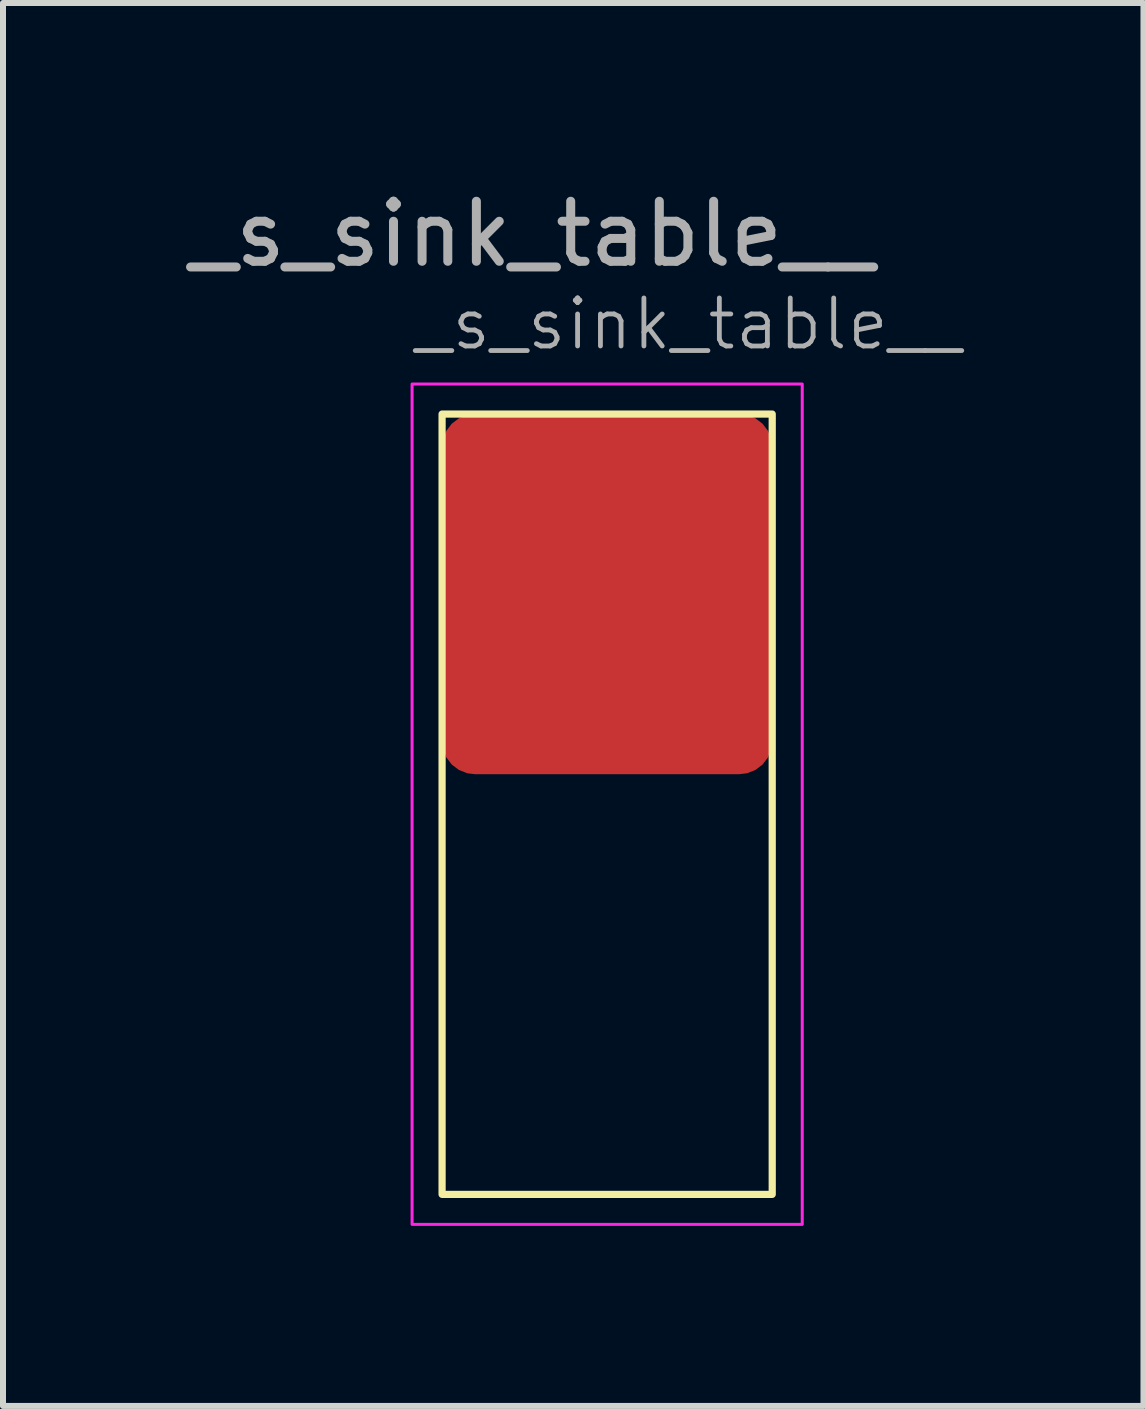
<source format=kicad_pcb>
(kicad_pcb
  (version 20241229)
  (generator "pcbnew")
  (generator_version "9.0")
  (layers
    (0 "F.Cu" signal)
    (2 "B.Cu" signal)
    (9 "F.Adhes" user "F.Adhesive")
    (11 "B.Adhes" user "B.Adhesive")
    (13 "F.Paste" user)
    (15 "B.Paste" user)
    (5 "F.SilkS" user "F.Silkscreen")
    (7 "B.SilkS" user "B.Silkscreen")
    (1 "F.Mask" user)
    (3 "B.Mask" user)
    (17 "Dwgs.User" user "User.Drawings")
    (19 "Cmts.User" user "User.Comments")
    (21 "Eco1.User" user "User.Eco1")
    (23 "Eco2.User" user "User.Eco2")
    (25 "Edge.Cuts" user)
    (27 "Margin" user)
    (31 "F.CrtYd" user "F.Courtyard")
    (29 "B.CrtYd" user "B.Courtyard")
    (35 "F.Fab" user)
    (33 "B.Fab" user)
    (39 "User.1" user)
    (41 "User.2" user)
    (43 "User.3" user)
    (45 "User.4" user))
  (footprint "_s_sink_table__"
    (layer "F.Cu")
    (at 4.315 3.848)
    (property "Reference" "_s_sink_table__" (at -0.5 -1.5 0) (unlocked yes) (layer "F.Fab") (effects (font (size 0.8 0.8) (thickness 0.08)) (justify left)))
    (attr smd)
    (fp_rect (start 0 0) (end 5.5 13) (stroke (width 0.12) (type solid)) (fill no) (layer "F.SilkS"))
    (fp_rect (start -0.5 -0.5) (end 6 13.5) (stroke (width 0.05) (type solid)) (fill no) (layer "F.CrtYd"))
    (fp_text user "${REFERENCE}" (at 1.5 -3 0) (unlocked yes) (layer "F.Fab") (effects (font (size 1 1) (thickness 0.15))))
    (pad "1" smd roundrect (at 2.75 3) (size 5.5 6) (layers "F.Cu" "F.Mask" "F.Paste") (roundrect_rratio 0.1)))
  (gr_rect
    (start -3 -3)
    (end 16 20.373)
    (stroke (width 0.1) (type default))
    (fill no)
    (layer "Edge.Cuts")))
</source>
